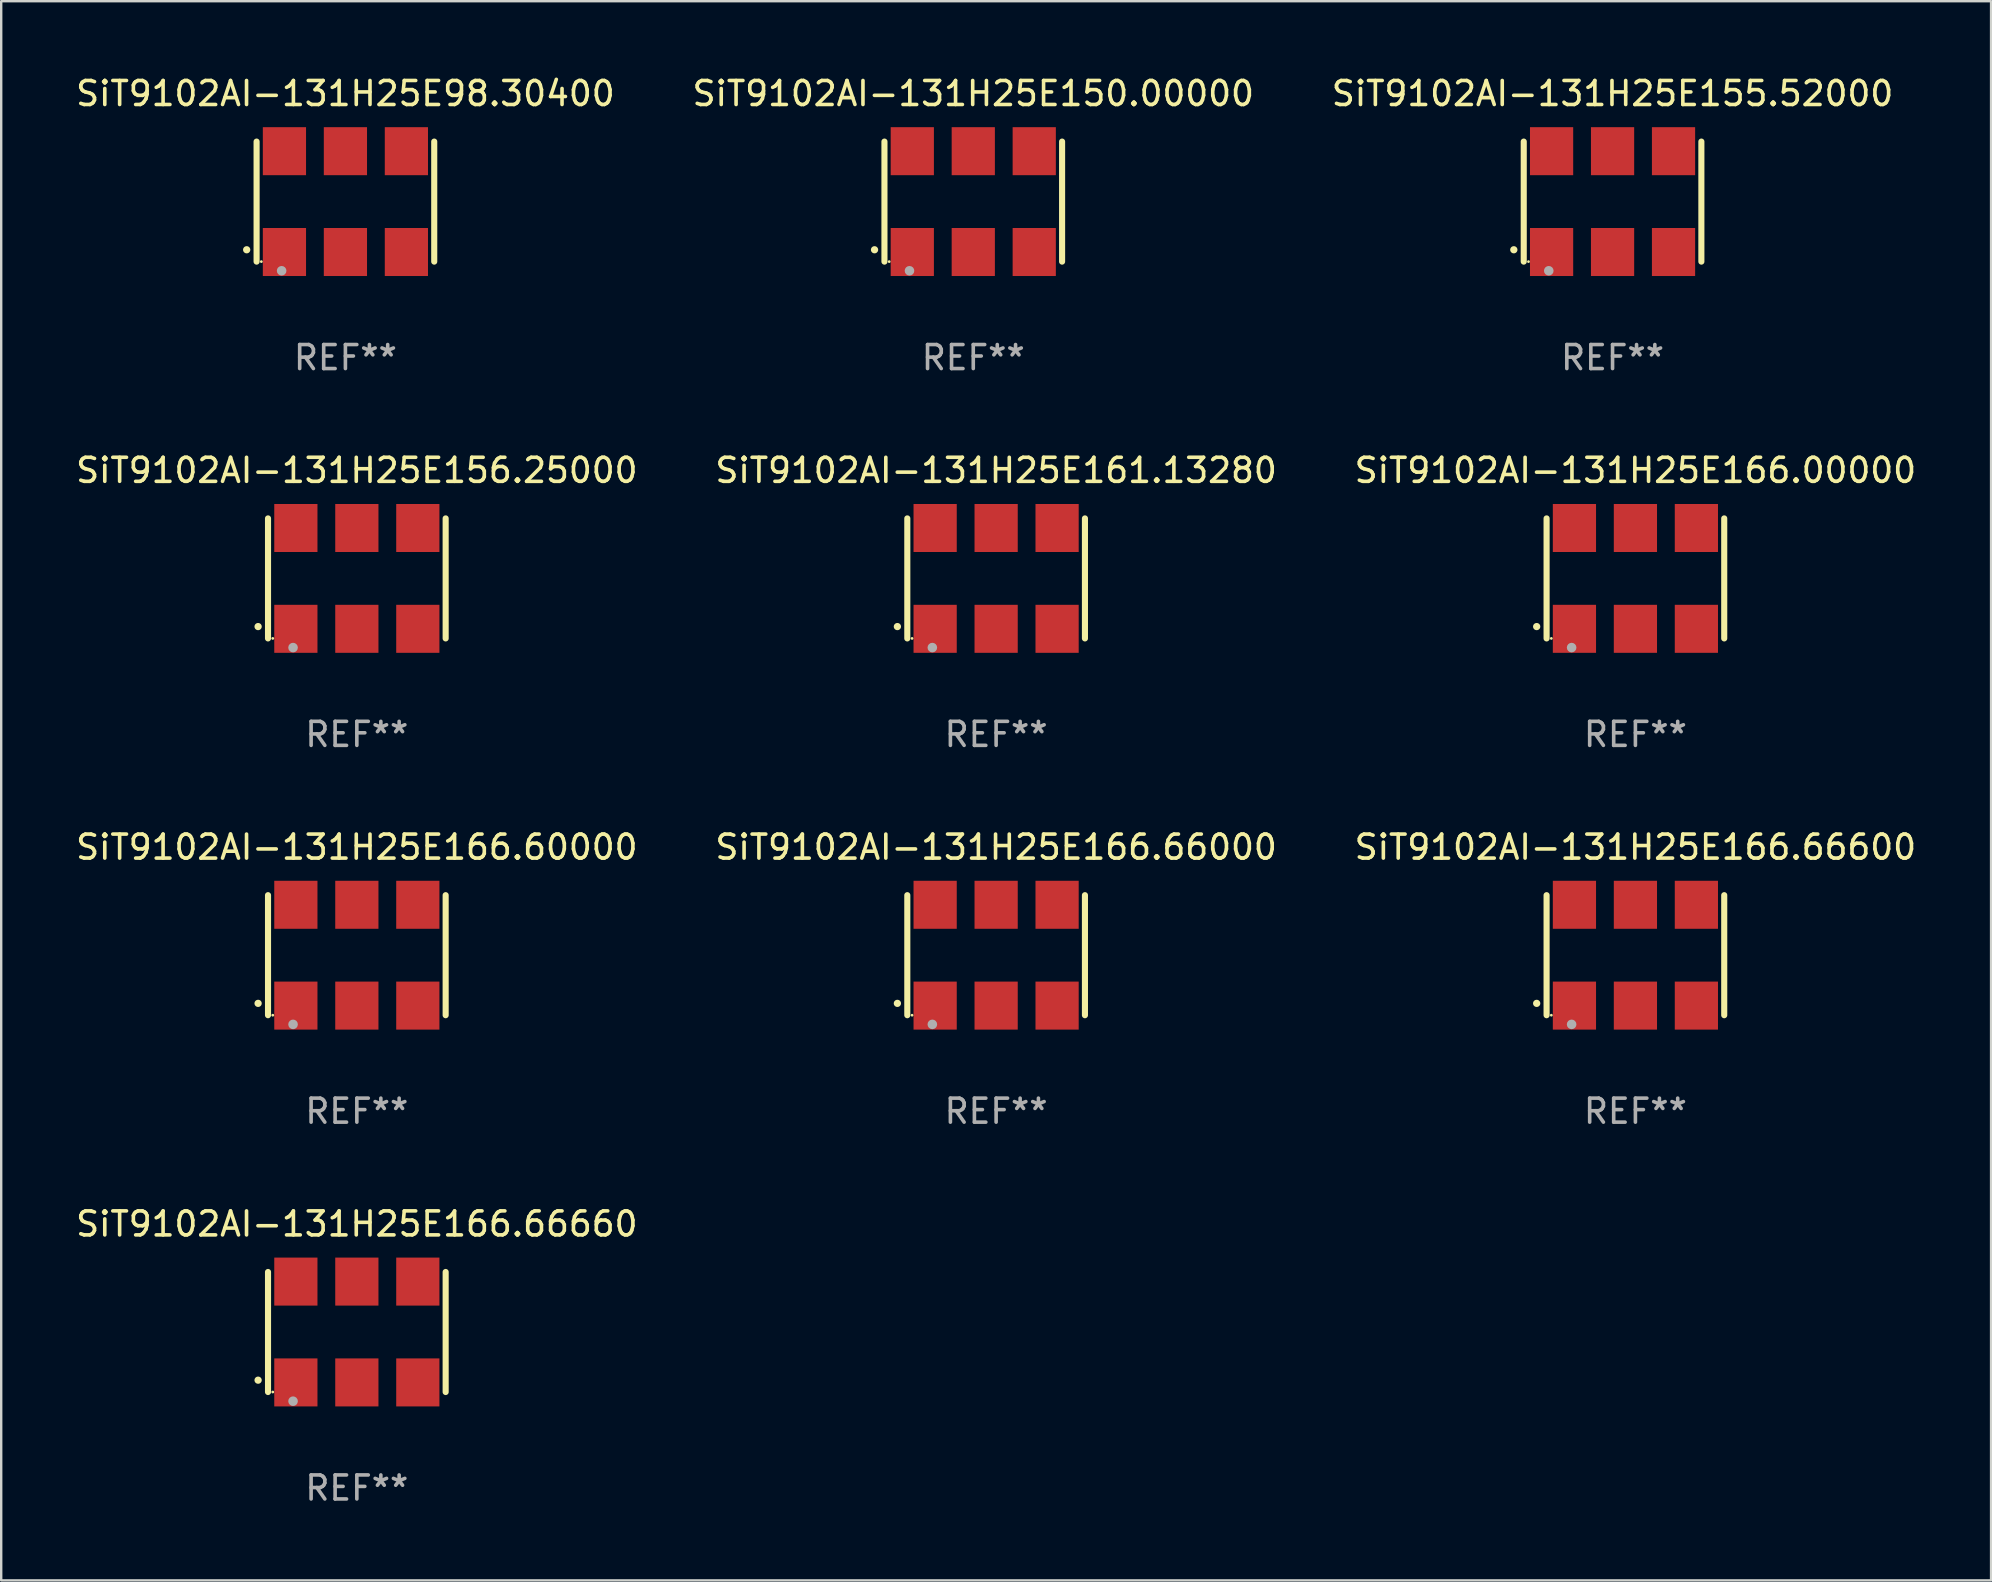
<source format=kicad_pcb>
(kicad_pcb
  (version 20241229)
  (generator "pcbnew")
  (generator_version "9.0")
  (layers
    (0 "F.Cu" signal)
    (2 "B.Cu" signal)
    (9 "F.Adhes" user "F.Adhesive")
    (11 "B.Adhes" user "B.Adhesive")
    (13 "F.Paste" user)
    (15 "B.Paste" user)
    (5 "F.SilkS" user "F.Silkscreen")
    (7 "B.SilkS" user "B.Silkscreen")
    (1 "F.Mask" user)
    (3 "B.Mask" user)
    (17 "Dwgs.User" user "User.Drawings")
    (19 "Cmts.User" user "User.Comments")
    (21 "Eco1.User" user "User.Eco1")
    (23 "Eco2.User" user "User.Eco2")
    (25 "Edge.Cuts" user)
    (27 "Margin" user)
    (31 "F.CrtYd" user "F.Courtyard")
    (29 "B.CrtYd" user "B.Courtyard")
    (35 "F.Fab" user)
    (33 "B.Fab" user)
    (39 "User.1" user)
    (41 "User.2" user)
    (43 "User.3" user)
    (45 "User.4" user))
  (footprint "SiT9102AI-131H25E166.66660"
    (layer "F.Cu")
    (at 11.815 52.438)
    (property "Reference" "SiT9102AI-131H25E166.66660" (at 0 -4.5 0) (layer "F.SilkS") (effects (font (size 1 1) (thickness 0.15))))
    (attr through_hole)
    (fp_line (start -3.7 -2.5) (end -3.7 2.5) (stroke (width 0.254) (type solid)) (layer "F.SilkS"))
    (fp_line (start 3.7 -2.5) (end 3.7 2.5) (stroke (width 0.254) (type solid)) (layer "F.SilkS"))
    (fp_arc (start -4.114415 2.006604) (mid -4.113145 2.006599) (end -4.111875 2.006604) (stroke (width 0.3) (type solid)) (layer "F.SilkS"))
    (fp_circle (center -3.502 2.5) (end -3.472 2.5) (stroke (width 0.06) (type solid)) (fill no) (layer "F.SilkS"))
    (fp_circle (center -2.657 2.882) (end -2.557 2.882) (stroke (width 0.2) (type solid)) (fill no) (layer "F.Fab"))
    (fp_text user "REF**" (at 0 6.5 0) (layer "F.Fab") (effects (font (size 1 1) (thickness 0.15))))
    (pad "1" smd rect (at -2.54 2.1) (size 1.8 2) (layers "F.Cu" "F.Mask" "F.Paste"))
    (pad "2" smd rect (at 0.000394 2.1) (size 1.8 2) (layers "F.Cu" "F.Mask" "F.Paste"))
    (pad "3" smd rect (at 2.54 2.1) (size 1.8 2) (layers "F.Cu" "F.Mask" "F.Paste"))
    (pad "4" smd rect (at 2.54 -2.1) (size 1.8 2) (layers "F.Cu" "F.Mask" "F.Paste"))
    (pad "5" smd rect (at 0.000394 -2.1) (size 1.8 2) (layers "F.Cu" "F.Mask" "F.Paste"))
    (pad "6" smd rect (at -2.54 -2.1) (size 1.8 2) (layers "F.Cu" "F.Mask" "F.Paste")))
  (footprint "SiT9102AI-131H25E161.13280"
    (layer "F.Cu")
    (at 38.446 21.045)
    (property "Reference" "SiT9102AI-131H25E161.13280" (at 0 -4.5 0) (layer "F.SilkS") (effects (font (size 1 1) (thickness 0.15))))
    (attr through_hole)
    (fp_line (start -3.7 -2.5) (end -3.7 2.5) (stroke (width 0.254) (type solid)) (layer "F.SilkS"))
    (fp_line (start 3.7 -2.5) (end 3.7 2.5) (stroke (width 0.254) (type solid)) (layer "F.SilkS"))
    (fp_arc (start -4.114415 2.006604) (mid -4.113145 2.006599) (end -4.111875 2.006604) (stroke (width 0.3) (type solid)) (layer "F.SilkS"))
    (fp_circle (center -3.502 2.5) (end -3.472 2.5) (stroke (width 0.06) (type solid)) (fill no) (layer "F.SilkS"))
    (fp_circle (center -2.657 2.882) (end -2.557 2.882) (stroke (width 0.2) (type solid)) (fill no) (layer "F.Fab"))
    (fp_text user "REF**" (at 0 6.5 0) (layer "F.Fab") (effects (font (size 1 1) (thickness 0.15))))
    (pad "1" smd rect (at -2.54 2.1) (size 1.8 2) (layers "F.Cu" "F.Mask" "F.Paste"))
    (pad "2" smd rect (at 0.000394 2.1) (size 1.8 2) (layers "F.Cu" "F.Mask" "F.Paste"))
    (pad "3" smd rect (at 2.54 2.1) (size 1.8 2) (layers "F.Cu" "F.Mask" "F.Paste"))
    (pad "4" smd rect (at 2.54 -2.1) (size 1.8 2) (layers "F.Cu" "F.Mask" "F.Paste"))
    (pad "5" smd rect (at 0.000394 -2.1) (size 1.8 2) (layers "F.Cu" "F.Mask" "F.Paste"))
    (pad "6" smd rect (at -2.54 -2.1) (size 1.8 2) (layers "F.Cu" "F.Mask" "F.Paste")))
  (footprint "SiT9102AI-131H25E156.25000"
    (layer "F.Cu")
    (at 11.815 21.045)
    (property "Reference" "SiT9102AI-131H25E156.25000" (at 0 -4.5 0) (layer "F.SilkS") (effects (font (size 1 1) (thickness 0.15))))
    (attr through_hole)
    (fp_line (start -3.7 -2.5) (end -3.7 2.5) (stroke (width 0.254) (type solid)) (layer "F.SilkS"))
    (fp_line (start 3.7 -2.5) (end 3.7 2.5) (stroke (width 0.254) (type solid)) (layer "F.SilkS"))
    (fp_arc (start -4.114415 2.006604) (mid -4.113145 2.006599) (end -4.111875 2.006604) (stroke (width 0.3) (type solid)) (layer "F.SilkS"))
    (fp_circle (center -3.502 2.5) (end -3.472 2.5) (stroke (width 0.06) (type solid)) (fill no) (layer "F.SilkS"))
    (fp_circle (center -2.657 2.882) (end -2.557 2.882) (stroke (width 0.2) (type solid)) (fill no) (layer "F.Fab"))
    (fp_text user "REF**" (at 0 6.5 0) (layer "F.Fab") (effects (font (size 1 1) (thickness 0.15))))
    (pad "1" smd rect (at -2.54 2.1) (size 1.8 2) (layers "F.Cu" "F.Mask" "F.Paste"))
    (pad "2" smd rect (at 0.000394 2.1) (size 1.8 2) (layers "F.Cu" "F.Mask" "F.Paste"))
    (pad "3" smd rect (at 2.54 2.1) (size 1.8 2) (layers "F.Cu" "F.Mask" "F.Paste"))
    (pad "4" smd rect (at 2.54 -2.1) (size 1.8 2) (layers "F.Cu" "F.Mask" "F.Paste"))
    (pad "5" smd rect (at 0.000394 -2.1) (size 1.8 2) (layers "F.Cu" "F.Mask" "F.Paste"))
    (pad "6" smd rect (at -2.54 -2.1) (size 1.8 2) (layers "F.Cu" "F.Mask" "F.Paste")))
  (footprint "SiT9102AI-131H25E98.30400"
    (layer "F.Cu")
    (at 11.339 5.348)
    (property "Reference" "SiT9102AI-131H25E98.30400" (at 0 -4.5 0) (layer "F.SilkS") (effects (font (size 1 1) (thickness 0.15))))
    (attr through_hole)
    (fp_line (start -3.7 -2.5) (end -3.7 2.5) (stroke (width 0.254) (type solid)) (layer "F.SilkS"))
    (fp_line (start 3.7 -2.5) (end 3.7 2.5) (stroke (width 0.254) (type solid)) (layer "F.SilkS"))
    (fp_arc (start -4.114415 2.006604) (mid -4.113145 2.006599) (end -4.111875 2.006604) (stroke (width 0.3) (type solid)) (layer "F.SilkS"))
    (fp_circle (center -3.502 2.5) (end -3.472 2.5) (stroke (width 0.06) (type solid)) (fill no) (layer "F.SilkS"))
    (fp_circle (center -2.657 2.882) (end -2.557 2.882) (stroke (width 0.2) (type solid)) (fill no) (layer "F.Fab"))
    (fp_text user "REF**" (at 0 6.5 0) (layer "F.Fab") (effects (font (size 1 1) (thickness 0.15))))
    (pad "1" smd rect (at -2.54 2.1) (size 1.8 2) (layers "F.Cu" "F.Mask" "F.Paste"))
    (pad "2" smd rect (at 0.000394 2.1) (size 1.8 2) (layers "F.Cu" "F.Mask" "F.Paste"))
    (pad "3" smd rect (at 2.54 2.1) (size 1.8 2) (layers "F.Cu" "F.Mask" "F.Paste"))
    (pad "4" smd rect (at 2.54 -2.1) (size 1.8 2) (layers "F.Cu" "F.Mask" "F.Paste"))
    (pad "5" smd rect (at 0.000394 -2.1) (size 1.8 2) (layers "F.Cu" "F.Mask" "F.Paste"))
    (pad "6" smd rect (at -2.54 -2.1) (size 1.8 2) (layers "F.Cu" "F.Mask" "F.Paste")))
  (footprint "SiT9102AI-131H25E150.00000"
    (layer "F.Cu")
    (at 37.494 5.348)
    (property "Reference" "SiT9102AI-131H25E150.00000" (at 0 -4.5 0) (layer "F.SilkS") (effects (font (size 1 1) (thickness 0.15))))
    (attr through_hole)
    (fp_line (start -3.7 -2.5) (end -3.7 2.5) (stroke (width 0.254) (type solid)) (layer "F.SilkS"))
    (fp_line (start 3.7 -2.5) (end 3.7 2.5) (stroke (width 0.254) (type solid)) (layer "F.SilkS"))
    (fp_arc (start -4.114415 2.006604) (mid -4.113145 2.006599) (end -4.111875 2.006604) (stroke (width 0.3) (type solid)) (layer "F.SilkS"))
    (fp_circle (center -3.502 2.5) (end -3.472 2.5) (stroke (width 0.06) (type solid)) (fill no) (layer "F.SilkS"))
    (fp_circle (center -2.657 2.882) (end -2.557 2.882) (stroke (width 0.2) (type solid)) (fill no) (layer "F.Fab"))
    (fp_text user "REF**" (at 0 6.5 0) (layer "F.Fab") (effects (font (size 1 1) (thickness 0.15))))
    (pad "1" smd rect (at -2.54 2.1) (size 1.8 2) (layers "F.Cu" "F.Mask" "F.Paste"))
    (pad "2" smd rect (at 0.000394 2.1) (size 1.8 2) (layers "F.Cu" "F.Mask" "F.Paste"))
    (pad "3" smd rect (at 2.54 2.1) (size 1.8 2) (layers "F.Cu" "F.Mask" "F.Paste"))
    (pad "4" smd rect (at 2.54 -2.1) (size 1.8 2) (layers "F.Cu" "F.Mask" "F.Paste"))
    (pad "5" smd rect (at 0.000394 -2.1) (size 1.8 2) (layers "F.Cu" "F.Mask" "F.Paste"))
    (pad "6" smd rect (at -2.54 -2.1) (size 1.8 2) (layers "F.Cu" "F.Mask" "F.Paste")))
  (footprint "SiT9102AI-131H25E166.60000"
    (layer "F.Cu")
    (at 11.815 36.741)
    (property "Reference" "SiT9102AI-131H25E166.60000" (at 0 -4.5 0) (layer "F.SilkS") (effects (font (size 1 1) (thickness 0.15))))
    (attr through_hole)
    (fp_line (start -3.7 -2.5) (end -3.7 2.5) (stroke (width 0.254) (type solid)) (layer "F.SilkS"))
    (fp_line (start 3.7 -2.5) (end 3.7 2.5) (stroke (width 0.254) (type solid)) (layer "F.SilkS"))
    (fp_arc (start -4.114415 2.006604) (mid -4.113145 2.006599) (end -4.111875 2.006604) (stroke (width 0.3) (type solid)) (layer "F.SilkS"))
    (fp_circle (center -3.502 2.5) (end -3.472 2.5) (stroke (width 0.06) (type solid)) (fill no) (layer "F.SilkS"))
    (fp_circle (center -2.657 2.882) (end -2.557 2.882) (stroke (width 0.2) (type solid)) (fill no) (layer "F.Fab"))
    (fp_text user "REF**" (at 0 6.5 0) (layer "F.Fab") (effects (font (size 1 1) (thickness 0.15))))
    (pad "1" smd rect (at -2.54 2.1) (size 1.8 2) (layers "F.Cu" "F.Mask" "F.Paste"))
    (pad "2" smd rect (at 0.000394 2.1) (size 1.8 2) (layers "F.Cu" "F.Mask" "F.Paste"))
    (pad "3" smd rect (at 2.54 2.1) (size 1.8 2) (layers "F.Cu" "F.Mask" "F.Paste"))
    (pad "4" smd rect (at 2.54 -2.1) (size 1.8 2) (layers "F.Cu" "F.Mask" "F.Paste"))
    (pad "5" smd rect (at 0.000394 -2.1) (size 1.8 2) (layers "F.Cu" "F.Mask" "F.Paste"))
    (pad "6" smd rect (at -2.54 -2.1) (size 1.8 2) (layers "F.Cu" "F.Mask" "F.Paste")))
  (footprint "SiT9102AI-131H25E166.00000"
    (layer "F.Cu")
    (at 65.077 21.045)
    (property "Reference" "SiT9102AI-131H25E166.00000" (at 0 -4.5 0) (layer "F.SilkS") (effects (font (size 1 1) (thickness 0.15))))
    (attr through_hole)
    (fp_line (start -3.7 -2.5) (end -3.7 2.5) (stroke (width 0.254) (type solid)) (layer "F.SilkS"))
    (fp_line (start 3.7 -2.5) (end 3.7 2.5) (stroke (width 0.254) (type solid)) (layer "F.SilkS"))
    (fp_arc (start -4.114415 2.006604) (mid -4.113145 2.006599) (end -4.111875 2.006604) (stroke (width 0.3) (type solid)) (layer "F.SilkS"))
    (fp_circle (center -3.502 2.5) (end -3.472 2.5) (stroke (width 0.06) (type solid)) (fill no) (layer "F.SilkS"))
    (fp_circle (center -2.657 2.882) (end -2.557 2.882) (stroke (width 0.2) (type solid)) (fill no) (layer "F.Fab"))
    (fp_text user "REF**" (at 0 6.5 0) (layer "F.Fab") (effects (font (size 1 1) (thickness 0.15))))
    (pad "1" smd rect (at -2.54 2.1) (size 1.8 2) (layers "F.Cu" "F.Mask" "F.Paste"))
    (pad "2" smd rect (at 0.000394 2.1) (size 1.8 2) (layers "F.Cu" "F.Mask" "F.Paste"))
    (pad "3" smd rect (at 2.54 2.1) (size 1.8 2) (layers "F.Cu" "F.Mask" "F.Paste"))
    (pad "4" smd rect (at 2.54 -2.1) (size 1.8 2) (layers "F.Cu" "F.Mask" "F.Paste"))
    (pad "5" smd rect (at 0.000394 -2.1) (size 1.8 2) (layers "F.Cu" "F.Mask" "F.Paste"))
    (pad "6" smd rect (at -2.54 -2.1) (size 1.8 2) (layers "F.Cu" "F.Mask" "F.Paste")))
  (footprint "SiT9102AI-131H25E155.52000"
    (layer "F.Cu")
    (at 64.125 5.348)
    (property "Reference" "SiT9102AI-131H25E155.52000" (at 0 -4.5 0) (layer "F.SilkS") (effects (font (size 1 1) (thickness 0.15))))
    (attr through_hole)
    (fp_line (start -3.7 -2.5) (end -3.7 2.5) (stroke (width 0.254) (type solid)) (layer "F.SilkS"))
    (fp_line (start 3.7 -2.5) (end 3.7 2.5) (stroke (width 0.254) (type solid)) (layer "F.SilkS"))
    (fp_arc (start -4.114415 2.006604) (mid -4.113145 2.006599) (end -4.111875 2.006604) (stroke (width 0.3) (type solid)) (layer "F.SilkS"))
    (fp_circle (center -3.502 2.5) (end -3.472 2.5) (stroke (width 0.06) (type solid)) (fill no) (layer "F.SilkS"))
    (fp_circle (center -2.657 2.882) (end -2.557 2.882) (stroke (width 0.2) (type solid)) (fill no) (layer "F.Fab"))
    (fp_text user "REF**" (at 0 6.5 0) (layer "F.Fab") (effects (font (size 1 1) (thickness 0.15))))
    (pad "1" smd rect (at -2.54 2.1) (size 1.8 2) (layers "F.Cu" "F.Mask" "F.Paste"))
    (pad "2" smd rect (at 0.000394 2.1) (size 1.8 2) (layers "F.Cu" "F.Mask" "F.Paste"))
    (pad "3" smd rect (at 2.54 2.1) (size 1.8 2) (layers "F.Cu" "F.Mask" "F.Paste"))
    (pad "4" smd rect (at 2.54 -2.1) (size 1.8 2) (layers "F.Cu" "F.Mask" "F.Paste"))
    (pad "5" smd rect (at 0.000394 -2.1) (size 1.8 2) (layers "F.Cu" "F.Mask" "F.Paste"))
    (pad "6" smd rect (at -2.54 -2.1) (size 1.8 2) (layers "F.Cu" "F.Mask" "F.Paste")))
  (footprint "SiT9102AI-131H25E166.66600"
    (layer "F.Cu")
    (at 65.077 36.741)
    (property "Reference" "SiT9102AI-131H25E166.66600" (at 0 -4.5 0) (layer "F.SilkS") (effects (font (size 1 1) (thickness 0.15))))
    (attr through_hole)
    (fp_line (start -3.7 -2.5) (end -3.7 2.5) (stroke (width 0.254) (type solid)) (layer "F.SilkS"))
    (fp_line (start 3.7 -2.5) (end 3.7 2.5) (stroke (width 0.254) (type solid)) (layer "F.SilkS"))
    (fp_arc (start -4.114415 2.006604) (mid -4.113145 2.006599) (end -4.111875 2.006604) (stroke (width 0.3) (type solid)) (layer "F.SilkS"))
    (fp_circle (center -3.502 2.5) (end -3.472 2.5) (stroke (width 0.06) (type solid)) (fill no) (layer "F.SilkS"))
    (fp_circle (center -2.657 2.882) (end -2.557 2.882) (stroke (width 0.2) (type solid)) (fill no) (layer "F.Fab"))
    (fp_text user "REF**" (at 0 6.5 0) (layer "F.Fab") (effects (font (size 1 1) (thickness 0.15))))
    (pad "1" smd rect (at -2.54 2.1) (size 1.8 2) (layers "F.Cu" "F.Mask" "F.Paste"))
    (pad "2" smd rect (at 0.000394 2.1) (size 1.8 2) (layers "F.Cu" "F.Mask" "F.Paste"))
    (pad "3" smd rect (at 2.54 2.1) (size 1.8 2) (layers "F.Cu" "F.Mask" "F.Paste"))
    (pad "4" smd rect (at 2.54 -2.1) (size 1.8 2) (layers "F.Cu" "F.Mask" "F.Paste"))
    (pad "5" smd rect (at 0.000394 -2.1) (size 1.8 2) (layers "F.Cu" "F.Mask" "F.Paste"))
    (pad "6" smd rect (at -2.54 -2.1) (size 1.8 2) (layers "F.Cu" "F.Mask" "F.Paste")))
  (footprint "SiT9102AI-131H25E166.66000"
    (layer "F.Cu")
    (at 38.446 36.741)
    (property "Reference" "SiT9102AI-131H25E166.66000" (at 0 -4.5 0) (layer "F.SilkS") (effects (font (size 1 1) (thickness 0.15))))
    (attr through_hole)
    (fp_line (start -3.7 -2.5) (end -3.7 2.5) (stroke (width 0.254) (type solid)) (layer "F.SilkS"))
    (fp_line (start 3.7 -2.5) (end 3.7 2.5) (stroke (width 0.254) (type solid)) (layer "F.SilkS"))
    (fp_arc (start -4.114415 2.006604) (mid -4.113145 2.006599) (end -4.111875 2.006604) (stroke (width 0.3) (type solid)) (layer "F.SilkS"))
    (fp_circle (center -3.502 2.5) (end -3.472 2.5) (stroke (width 0.06) (type solid)) (fill no) (layer "F.SilkS"))
    (fp_circle (center -2.657 2.882) (end -2.557 2.882) (stroke (width 0.2) (type solid)) (fill no) (layer "F.Fab"))
    (fp_text user "REF**" (at 0 6.5 0) (layer "F.Fab") (effects (font (size 1 1) (thickness 0.15))))
    (pad "1" smd rect (at -2.54 2.1) (size 1.8 2) (layers "F.Cu" "F.Mask" "F.Paste"))
    (pad "2" smd rect (at 0.000394 2.1) (size 1.8 2) (layers "F.Cu" "F.Mask" "F.Paste"))
    (pad "3" smd rect (at 2.54 2.1) (size 1.8 2) (layers "F.Cu" "F.Mask" "F.Paste"))
    (pad "4" smd rect (at 2.54 -2.1) (size 1.8 2) (layers "F.Cu" "F.Mask" "F.Paste"))
    (pad "5" smd rect (at 0.000394 -2.1) (size 1.8 2) (layers "F.Cu" "F.Mask" "F.Paste"))
    (pad "6" smd rect (at -2.54 -2.1) (size 1.8 2) (layers "F.Cu" "F.Mask" "F.Paste")))
  (gr_rect
    (start -3 -3)
    (end 79.893 62.786)
    (stroke (width 0.1) (type default))
    (fill no)
    (layer "Edge.Cuts")))
</source>
